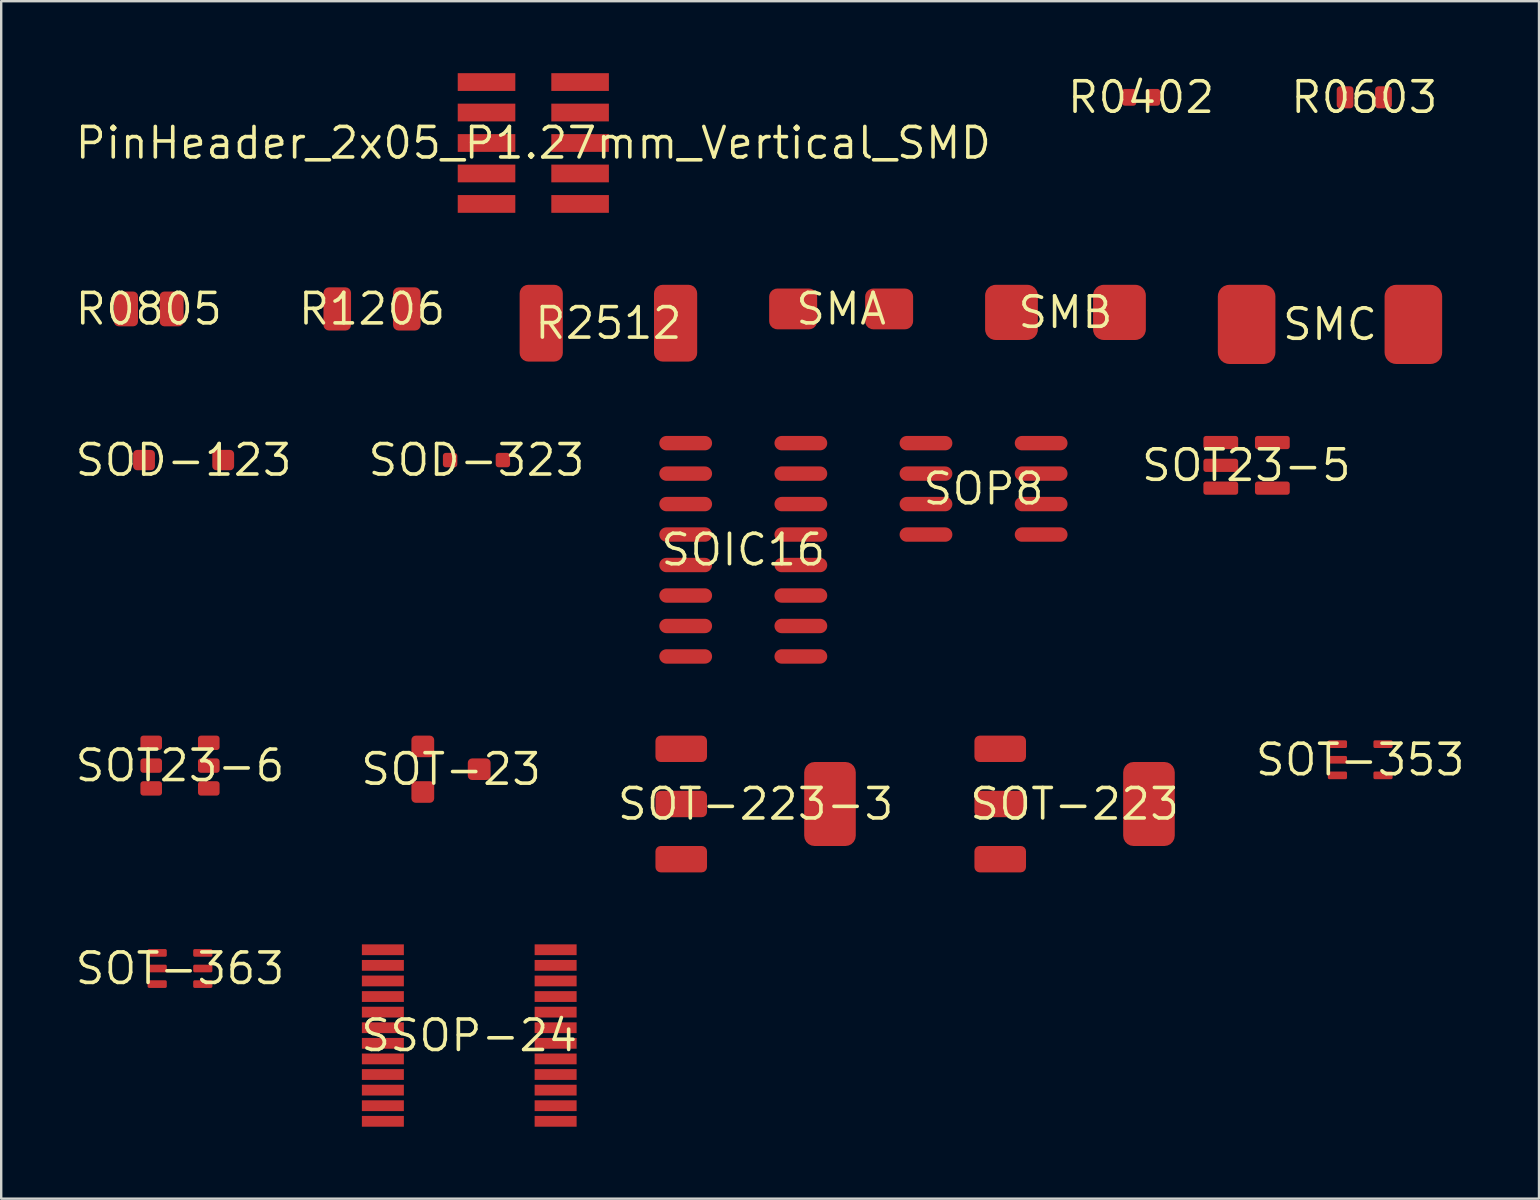
<source format=kicad_pcb>
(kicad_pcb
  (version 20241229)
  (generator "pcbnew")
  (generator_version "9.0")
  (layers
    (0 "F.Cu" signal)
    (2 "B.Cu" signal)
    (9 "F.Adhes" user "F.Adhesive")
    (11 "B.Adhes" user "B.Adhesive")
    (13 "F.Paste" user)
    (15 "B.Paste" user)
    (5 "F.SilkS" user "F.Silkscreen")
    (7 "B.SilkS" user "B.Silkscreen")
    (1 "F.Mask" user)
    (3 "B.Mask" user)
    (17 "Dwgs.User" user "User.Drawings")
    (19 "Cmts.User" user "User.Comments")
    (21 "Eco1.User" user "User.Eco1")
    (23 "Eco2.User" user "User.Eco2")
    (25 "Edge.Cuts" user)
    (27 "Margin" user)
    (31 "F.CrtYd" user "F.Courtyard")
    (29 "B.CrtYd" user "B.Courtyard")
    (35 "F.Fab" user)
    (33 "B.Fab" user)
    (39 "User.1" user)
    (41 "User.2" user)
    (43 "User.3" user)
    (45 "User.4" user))
  (footprint "R2512"
    (layer "F.Cu")
    (at 22.308 10.42)
    (property "Reference" "R2512" (at 0 0 0) (layer "F.SilkS") (effects (font (size 1.27 1.27) (thickness 0.15))))
    (attr through_hole)
    (pad "1" smd roundrect (at -2.8 0 90) (size 3.2 1.8) (layers "F.Cu" "F.Mask") (roundrect_rratio 0.2))
    (pad "2" smd roundrect (at 2.8 0 90) (size 3.2 1.8) (layers "F.Cu" "F.Mask") (roundrect_rratio 0.2)))
  (footprint "SMA"
    (layer "F.Cu")
    (at 32.008 9.826)
    (property "Reference" "SMA" (at 0 0 0) (layer "F.SilkS") (effects (font (size 1.27 1.27) (thickness 0.15))))
    (attr through_hole)
    (pad "1" smd roundrect (at -2 0 180) (size 2 1.7) (layers "F.Cu" "F.Mask") (roundrect_rratio 0.2))
    (pad "2" smd roundrect (at 2 0 180) (size 2 1.7) (layers "F.Cu" "F.Mask") (roundrect_rratio 0.2)))
  (footprint "SOIC16"
    (layer "F.Cu")
    (at 27.929 19.865)
    (property "Reference" "SOIC16" (at 0 0 0) (layer "F.SilkS") (effects (font (size 1.27 1.27) (thickness 0.15))))
    (attr through_hole)
    (pad "1" smd oval (at -2.4 -4.445 90) (size 0.6 2.2) (layers "F.Cu" "F.Mask"))
    (pad "2" smd oval (at -2.4 -3.175 90) (size 0.6 2.2) (layers "F.Cu" "F.Mask"))
    (pad "3" smd oval (at -2.4 -1.905 90) (size 0.6 2.2) (layers "F.Cu" "F.Mask"))
    (pad "4" smd oval (at -2.4 -0.635 90) (size 0.6 2.2) (layers "F.Cu" "F.Mask"))
    (pad "5" smd oval (at -2.4 0.635 90) (size 0.6 2.2) (layers "F.Cu" "F.Mask"))
    (pad "6" smd oval (at -2.4 1.905 90) (size 0.6 2.2) (layers "F.Cu" "F.Mask"))
    (pad "7" smd oval (at -2.4 3.175 90) (size 0.6 2.2) (layers "F.Cu" "F.Mask"))
    (pad "8" smd oval (at -2.4 4.445 90) (size 0.6 2.2) (layers "F.Cu" "F.Mask"))
    (pad "9" smd oval (at 2.4 4.445 90) (size 0.6 2.2) (layers "F.Cu" "F.Mask"))
    (pad "10" smd oval (at 2.4 3.175 90) (size 0.6 2.2) (layers "F.Cu" "F.Mask"))
    (pad "11" smd oval (at 2.4 1.905 90) (size 0.6 2.2) (layers "F.Cu" "F.Mask"))
    (pad "12" smd oval (at 2.4 0.635 90) (size 0.6 2.2) (layers "F.Cu" "F.Mask"))
    (pad "13" smd oval (at 2.4 -0.635 90) (size 0.6 2.2) (layers "F.Cu" "F.Mask"))
    (pad "14" smd oval (at 2.4 -1.905 90) (size 0.6 2.2) (layers "F.Cu" "F.Mask"))
    (pad "15" smd oval (at 2.4 -3.175 90) (size 0.6 2.2) (layers "F.Cu" "F.Mask"))
    (pad "16" smd oval (at 2.4 -4.445 90) (size 0.6 2.2) (layers "F.Cu" "F.Mask")))
  (footprint "SOT-363"
    (layer "F.Cu")
    (at 4.452 37.316)
    (property "Reference" "SOT-363" (at 0 0 0) (layer "F.SilkS") (effects (font (size 1.27 1.27) (thickness 0.15))))
    (attr through_hole)
    (pad "1" smd roundrect (at -0.95 -0.65 90) (size 0.32 0.8) (layers "F.Cu" "F.Mask") (roundrect_rratio 0.2))
    (pad "2" smd roundrect (at -0.95 0 90) (size 0.32 0.8) (layers "F.Cu" "F.Mask") (roundrect_rratio 0.2))
    (pad "3" smd roundrect (at -0.95 0.65 90) (size 0.32 0.8) (layers "F.Cu" "F.Mask") (roundrect_rratio 0.2))
    (pad "4" smd roundrect (at 0.95 0.65 90) (size 0.32 0.8) (layers "F.Cu" "F.Mask") (roundrect_rratio 0.2))
    (pad "5" smd roundrect (at 0.95 0 90) (size 0.32 0.8) (layers "F.Cu" "F.Mask") (roundrect_rratio 0.2))
    (pad "6" smd roundrect (at 0.95 -0.65 90) (size 0.32 0.8) (layers "F.Cu" "F.Mask") (roundrect_rratio 0.2)))
  (footprint "R1206"
    (layer "F.Cu")
    (at 12.456 9.826)
    (property "Reference" "R1206" (at 0 0 0) (layer "F.SilkS") (effects (font (size 1.27 1.27) (thickness 0.15))))
    (attr through_hole)
    (pad "1" smd roundrect (at -1.45 0 90) (size 1.8 1.15) (layers "F.Cu" "F.Mask") (roundrect_rratio 0.2))
    (pad "2" smd roundrect (at 1.45 0 90) (size 1.8 1.15) (layers "F.Cu" "F.Mask") (roundrect_rratio 0.2)))
  (footprint "SOT-223"
    (layer "F.Cu")
    (at 41.738 30.46)
    (property "Reference" "SOT-223" (at 0 0 0) (layer "F.SilkS") (effects (font (size 1.27 1.27) (thickness 0.15))))
    (attr through_hole)
    (pad "1" smd roundrect (at -3.1 -2.3 270) (size 1.1 2.15) (layers "F.Cu" "F.Mask") (roundrect_rratio 0.2))
    (pad "2" smd roundrect (at -3.1 0 270) (size 1.1 2.15) (layers "F.Cu" "F.Mask") (roundrect_rratio 0.2))
    (pad "3" smd roundrect (at 3.1 0 270) (size 3.5 2.15) (layers "F.Cu" "F.Mask") (roundrect_rratio 0.2))
    (pad "4" smd roundrect (at -3.1 2.3 270) (size 1.1 2.15) (layers "F.Cu" "F.Mask") (roundrect_rratio 0.2)))
  (footprint "SOT23-6"
    (layer "F.Cu")
    (at 4.452 28.86)
    (property "Reference" "SOT23-6" (at 0 0 0) (layer "F.SilkS") (effects (font (size 1.27 1.27) (thickness 0.15))))
    (attr through_hole)
    (pad "1" smd roundrect (at -1.2 -0.95 270) (size 0.6 0.9) (layers "F.Cu" "F.Mask") (roundrect_rratio 0.2))
    (pad "2" smd roundrect (at -1.2 0 270) (size 0.6 0.9) (layers "F.Cu" "F.Mask") (roundrect_rratio 0.2))
    (pad "3" smd roundrect (at -1.2 0.95 270) (size 0.6 0.9) (layers "F.Cu" "F.Mask") (roundrect_rratio 0.2))
    (pad "4" smd roundrect (at 1.2 0.95 270) (size 0.6 0.9) (layers "F.Cu" "F.Mask") (roundrect_rratio 0.2))
    (pad "5" smd roundrect (at 1.2 0 270) (size 0.6 0.9) (layers "F.Cu" "F.Mask") (roundrect_rratio 0.2))
    (pad "6" smd roundrect (at 1.2 -0.95 270) (size 0.6 0.9) (layers "F.Cu" "F.Mask") (roundrect_rratio 0.2)))
  (footprint "SMB"
    (layer "F.Cu")
    (at 41.358 9.97)
    (property "Reference" "SMB" (at 0 0 0) (layer "F.SilkS") (effects (font (size 1.27 1.27) (thickness 0.15))))
    (attr through_hole)
    (pad "1" smd roundrect (at -2.25 0) (size 2.2 2.3) (layers "F.Cu" "F.Mask") (roundrect_rratio 0.2))
    (pad "2" smd roundrect (at 2.25 0) (size 2.2 2.3) (layers "F.Cu" "F.Mask") (roundrect_rratio 0.2)))
  (footprint "SMC"
    (layer "F.Cu")
    (at 52.383 10.47)
    (property "Reference" "SMC" (at 0 0 0) (layer "F.SilkS") (effects (font (size 1.27 1.27) (thickness 0.15))))
    (attr through_hole)
    (pad "1" smd roundrect (at -3.475 0) (size 2.4 3.3) (layers "F.Cu" "F.Mask") (roundrect_rratio 0.2))
    (pad "2" smd roundrect (at 3.475 0) (size 2.4 3.3) (layers "F.Cu" "F.Mask") (roundrect_rratio 0.2)))
  (footprint "R0805"
    (layer "F.Cu")
    (at 3.152 9.826)
    (property "Reference" "R0805" (at 0 0 0) (layer "F.SilkS") (effects (font (size 1.27 1.27) (thickness 0.15))))
    (attr through_hole)
    (pad "1" smd roundrect (at -0.95 0) (size 1 1.45) (layers "F.Cu" "F.Mask") (roundrect_rratio 0.2))
    (pad "2" smd roundrect (at 0.95 0) (size 1 1.45) (layers "F.Cu" "F.Mask") (roundrect_rratio 0.2)))
  (footprint "PinHeader_2x05_P1.27mm_Vertical_SMD"
    (layer "F.Cu")
    (at 19.178 2.91)
    (property "Reference" "PinHeader_2x05_P1.27mm_Vertical_SMD" (at 0 0 0) (layer "F.SilkS") (effects (font (size 1.27 1.27) (thickness 0.15))))
    (attr through_hole)
    (pad "1" smd rect (at -1.95 -2.54) (size 2.4 0.74) (layers "F.Cu" "F.Mask" "F.Paste"))
    (pad "2" smd rect (at 1.95 -2.54) (size 2.4 0.74) (layers "F.Cu" "F.Mask" "F.Paste"))
    (pad "3" smd rect (at -1.95 -1.27) (size 2.4 0.74) (layers "F.Cu" "F.Mask" "F.Paste"))
    (pad "4" smd rect (at 1.95 -1.27) (size 2.4 0.74) (layers "F.Cu" "F.Mask" "F.Paste"))
    (pad "5" smd rect (at -1.95 0) (size 2.4 0.74) (layers "F.Cu" "F.Mask" "F.Paste"))
    (pad "6" smd rect (at 1.95 0) (size 2.4 0.74) (layers "F.Cu" "F.Mask" "F.Paste"))
    (pad "7" smd rect (at -1.95 1.27) (size 2.4 0.74) (layers "F.Cu" "F.Mask" "F.Paste"))
    (pad "8" smd rect (at 1.95 1.27) (size 2.4 0.74) (layers "F.Cu" "F.Mask" "F.Paste"))
    (pad "9" smd rect (at -1.95 2.54) (size 2.4 0.74) (layers "F.Cu" "F.Mask" "F.Paste"))
    (pad "10" smd rect (at 1.95 2.54) (size 2.4 0.74) (layers "F.Cu" "F.Mask" "F.Paste")))
  (footprint "SOD-123"
    (layer "F.Cu")
    (at 4.603 16.126)
    (property "Reference" "SOD-123" (at 0 0 0) (layer "F.SilkS") (effects (font (size 1.27 1.27) (thickness 0.15))))
    (attr through_hole)
    (pad "1" smd roundrect (at -1.65 0 180) (size 0.91 0.85) (layers "F.Cu" "F.Mask") (roundrect_rratio 0.2))
    (pad "2" smd roundrect (at 1.65 0 180) (size 0.91 0.85) (layers "F.Cu" "F.Mask") (roundrect_rratio 0.2)))
  (footprint "SOT-223-3"
    (layer "F.Cu")
    (at 28.443 30.46)
    (property "Reference" "SOT-223-3" (at 0 0 0) (layer "F.SilkS") (effects (font (size 1.27 1.27) (thickness 0.15))))
    (attr through_hole)
    (pad "1" smd roundrect (at -3.1 -2.3 270) (size 1.1 2.15) (layers "F.Cu" "F.Mask") (roundrect_rratio 0.2))
    (pad "2" smd roundrect (at -3.1 0 270) (size 1.1 2.15) (layers "F.Cu" "F.Mask") (roundrect_rratio 0.2))
    (pad "3" smd roundrect (at -3.1 2.3 270) (size 1.1 2.15) (layers "F.Cu" "F.Mask") (roundrect_rratio 0.2))
    (pad "4" smd roundrect (at 3.1 0 270) (size 3.5 2.15) (layers "F.Cu" "F.Mask") (roundrect_rratio 0.2)))
  (footprint "R0603"
    (layer "F.Cu")
    (at 53.813 1.006)
    (property "Reference" "R0603" (at 0 0 0) (layer "F.SilkS") (effects (font (size 1.27 1.27) (thickness 0.15))))
    (attr through_hole)
    (pad "1" smd roundrect (at -0.8 0) (size 0.7 0.92) (layers "F.Cu" "F.Mask") (roundrect_rratio 0.2))
    (pad "2" smd roundrect (at 0.8 0) (size 0.7 0.92) (layers "F.Cu" "F.Mask") (roundrect_rratio 0.2)))
  (footprint "SOD-323"
    (layer "F.Cu")
    (at 16.81 16.126)
    (property "Reference" "SOD-323" (at 0 0 0) (layer "F.SilkS") (effects (font (size 1.27 1.27) (thickness 0.15))))
    (attr through_hole)
    (pad "1" smd roundrect (at -1.1 0 270) (size 0.6 0.6) (layers "F.Cu" "F.Mask") (roundrect_rratio 0.2))
    (pad "2" smd roundrect (at 1.1 0 270) (size 0.6 0.6) (layers "F.Cu" "F.Mask") (roundrect_rratio 0.2)))
  (footprint "R0402"
    (layer "F.Cu")
    (at 44.509 1.006)
    (property "Reference" "R0402" (at 0 0 0) (layer "F.SilkS") (effects (font (size 1.27 1.27) (thickness 0.15))))
    (attr through_hole)
    (pad "1" smd roundrect (at -0.5 0 90) (size 0.7 0.6) (layers "F.Cu" "F.Mask") (roundrect_rratio 0.2))
    (pad "2" smd roundrect (at 0.5 0 90) (size 0.7 0.6) (layers "F.Cu" "F.Mask") (roundrect_rratio 0.2)))
  (footprint "SOT-353"
    (layer "F.Cu")
    (at 53.643 28.616)
    (property "Reference" "SOT-353" (at 0 0 0) (layer "F.SilkS") (effects (font (size 1.27 1.27) (thickness 0.15))))
    (attr through_hole)
    (pad "1" smd roundrect (at -0.95 -0.65 90) (size 0.32 0.8) (layers "F.Cu" "F.Mask") (roundrect_rratio 0.2))
    (pad "2" smd roundrect (at -0.95 0 90) (size 0.32 0.8) (layers "F.Cu" "F.Mask") (roundrect_rratio 0.2))
    (pad "3" smd roundrect (at -0.95 0.65 90) (size 0.32 0.8) (layers "F.Cu" "F.Mask") (roundrect_rratio 0.2))
    (pad "4" smd roundrect (at 0.95 0.65 90) (size 0.32 0.8) (layers "F.Cu" "F.Mask") (roundrect_rratio 0.2))
    (pad "5" smd roundrect (at 0.95 -0.65 90) (size 0.32 0.8) (layers "F.Cu" "F.Mask") (roundrect_rratio 0.2)))
  (footprint "SOP8"
    (layer "F.Cu")
    (at 37.944 17.325)
    (property "Reference" "SOP8" (at 0 0 0) (layer "F.SilkS") (effects (font (size 1.27 1.27) (thickness 0.15))))
    (attr through_hole)
    (pad "1" smd oval (at -2.4 -1.905 90) (size 0.6 2.2) (layers "F.Cu" "F.Mask"))
    (pad "2" smd oval (at -2.4 -0.635 90) (size 0.6 2.2) (layers "F.Cu" "F.Mask"))
    (pad "3" smd oval (at -2.4 0.635 90) (size 0.6 2.2) (layers "F.Cu" "F.Mask"))
    (pad "4" smd oval (at -2.4 1.905 90) (size 0.6 2.2) (layers "F.Cu" "F.Mask"))
    (pad "5" smd oval (at 2.4 1.905 90) (size 0.6 2.2) (layers "F.Cu" "F.Mask"))
    (pad "6" smd oval (at 2.4 0.635 90) (size 0.6 2.2) (layers "F.Cu" "F.Mask"))
    (pad "7" smd oval (at 2.4 -0.635 90) (size 0.6 2.2) (layers "F.Cu" "F.Mask"))
    (pad "8" smd oval (at 2.4 -1.905 90) (size 0.6 2.2) (layers "F.Cu" "F.Mask")))
  (footprint "SSOP-24"
    (layer "F.Cu")
    (at 16.508 40.11)
    (property "Reference" "SSOP-24" (at 0 0 0) (layer "F.SilkS") (effects (font (size 1.27 1.27) (thickness 0.15))))
    (attr through_hole)
    (pad "1" smd rect (at -3.6 -3.575) (size 1.75 0.45) (layers "F.Cu" "F.Mask" "F.Paste"))
    (pad "2" smd rect (at -3.6 -2.925) (size 1.75 0.45) (layers "F.Cu" "F.Mask" "F.Paste"))
    (pad "3" smd rect (at -3.6 -2.275) (size 1.75 0.45) (layers "F.Cu" "F.Mask" "F.Paste"))
    (pad "4" smd rect (at -3.6 -1.625) (size 1.75 0.45) (layers "F.Cu" "F.Mask" "F.Paste"))
    (pad "5" smd rect (at -3.6 -0.975) (size 1.75 0.45) (layers "F.Cu" "F.Mask" "F.Paste"))
    (pad "6" smd rect (at -3.6 -0.325) (size 1.75 0.45) (layers "F.Cu" "F.Mask" "F.Paste"))
    (pad "7" smd rect (at -3.6 0.325) (size 1.75 0.45) (layers "F.Cu" "F.Mask" "F.Paste"))
    (pad "8" smd rect (at -3.6 0.975) (size 1.75 0.45) (layers "F.Cu" "F.Mask" "F.Paste"))
    (pad "9" smd rect (at -3.6 1.625) (size 1.75 0.45) (layers "F.Cu" "F.Mask" "F.Paste"))
    (pad "10" smd rect (at -3.6 2.275) (size 1.75 0.45) (layers "F.Cu" "F.Mask" "F.Paste"))
    (pad "11" smd rect (at -3.6 2.925) (size 1.75 0.45) (layers "F.Cu" "F.Mask" "F.Paste"))
    (pad "12" smd rect (at -3.6 3.575) (size 1.75 0.45) (layers "F.Cu" "F.Mask" "F.Paste"))
    (pad "13" smd rect (at 3.6 3.575) (size 1.75 0.45) (layers "F.Cu" "F.Mask" "F.Paste"))
    (pad "14" smd rect (at 3.6 2.925) (size 1.75 0.45) (layers "F.Cu" "F.Mask" "F.Paste"))
    (pad "15" smd rect (at 3.6 2.275) (size 1.75 0.45) (layers "F.Cu" "F.Mask" "F.Paste"))
    (pad "16" smd rect (at 3.6 1.625) (size 1.75 0.45) (layers "F.Cu" "F.Mask" "F.Paste"))
    (pad "17" smd rect (at 3.6 0.975) (size 1.75 0.45) (layers "F.Cu" "F.Mask" "F.Paste"))
    (pad "18" smd rect (at 3.6 0.325) (size 1.75 0.45) (layers "F.Cu" "F.Mask" "F.Paste"))
    (pad "19" smd rect (at 3.6 -0.325) (size 1.75 0.45) (layers "F.Cu" "F.Mask" "F.Paste"))
    (pad "20" smd rect (at 3.6 -0.975) (size 1.75 0.45) (layers "F.Cu" "F.Mask" "F.Paste"))
    (pad "21" smd rect (at 3.6 -1.625) (size 1.75 0.45) (layers "F.Cu" "F.Mask" "F.Paste"))
    (pad "22" smd rect (at 3.6 -2.275) (size 1.75 0.45) (layers "F.Cu" "F.Mask" "F.Paste"))
    (pad "23" smd rect (at 3.6 -2.925) (size 1.75 0.45) (layers "F.Cu" "F.Mask" "F.Paste"))
    (pad "24" smd rect (at 3.6 -3.575) (size 1.75 0.45) (layers "F.Cu" "F.Mask" "F.Paste")))
  (footprint "SOT23-5"
    (layer "F.Cu")
    (at 48.896 16.345)
    (property "Reference" "SOT23-5" (at 0 0 0) (layer "F.SilkS") (effects (font (size 1.27 1.27) (thickness 0.15))))
    (attr through_hole)
    (pad "1" smd roundrect (at -1.065 -0.95 270) (size 0.55 1.45) (layers "F.Cu" "F.Mask") (roundrect_rratio 0.2))
    (pad "2" smd roundrect (at -1.065 0 270) (size 0.55 1.45) (layers "F.Cu" "F.Mask") (roundrect_rratio 0.2))
    (pad "3" smd roundrect (at -1.065 0.95 270) (size 0.55 1.45) (layers "F.Cu" "F.Mask") (roundrect_rratio 0.2))
    (pad "4" smd roundrect (at 1.085 0.95 270) (size 0.55 1.45) (layers "F.Cu" "F.Mask") (roundrect_rratio 0.2))
    (pad "5" smd roundrect (at 1.085 -0.95 270) (size 0.55 1.45) (layers "F.Cu" "F.Mask") (roundrect_rratio 0.2)))
  (footprint "SOT-23"
    (layer "F.Cu")
    (at 15.752 29.01)
    (property "Reference" "SOT-23" (at 0 0 0) (layer "F.SilkS") (effects (font (size 1.27 1.27) (thickness 0.15))))
    (attr through_hole)
    (pad "1" smd roundrect (at -1.18 -0.95 270) (size 0.9 0.95) (layers "F.Cu" "F.Mask") (roundrect_rratio 0.2))
    (pad "2" smd roundrect (at -1.18 0.95 270) (size 0.9 0.95) (layers "F.Cu" "F.Mask") (roundrect_rratio 0.2))
    (pad "3" smd roundrect (at 1.17 0 270) (size 0.9 0.95) (layers "F.Cu" "F.Mask") (roundrect_rratio 0.2)))
  (gr_rect
    (start -3 -3)
    (end 61.095 46.91)
    (stroke (width 0.1) (type default))
    (fill no)
    (layer "Edge.Cuts")))
</source>
